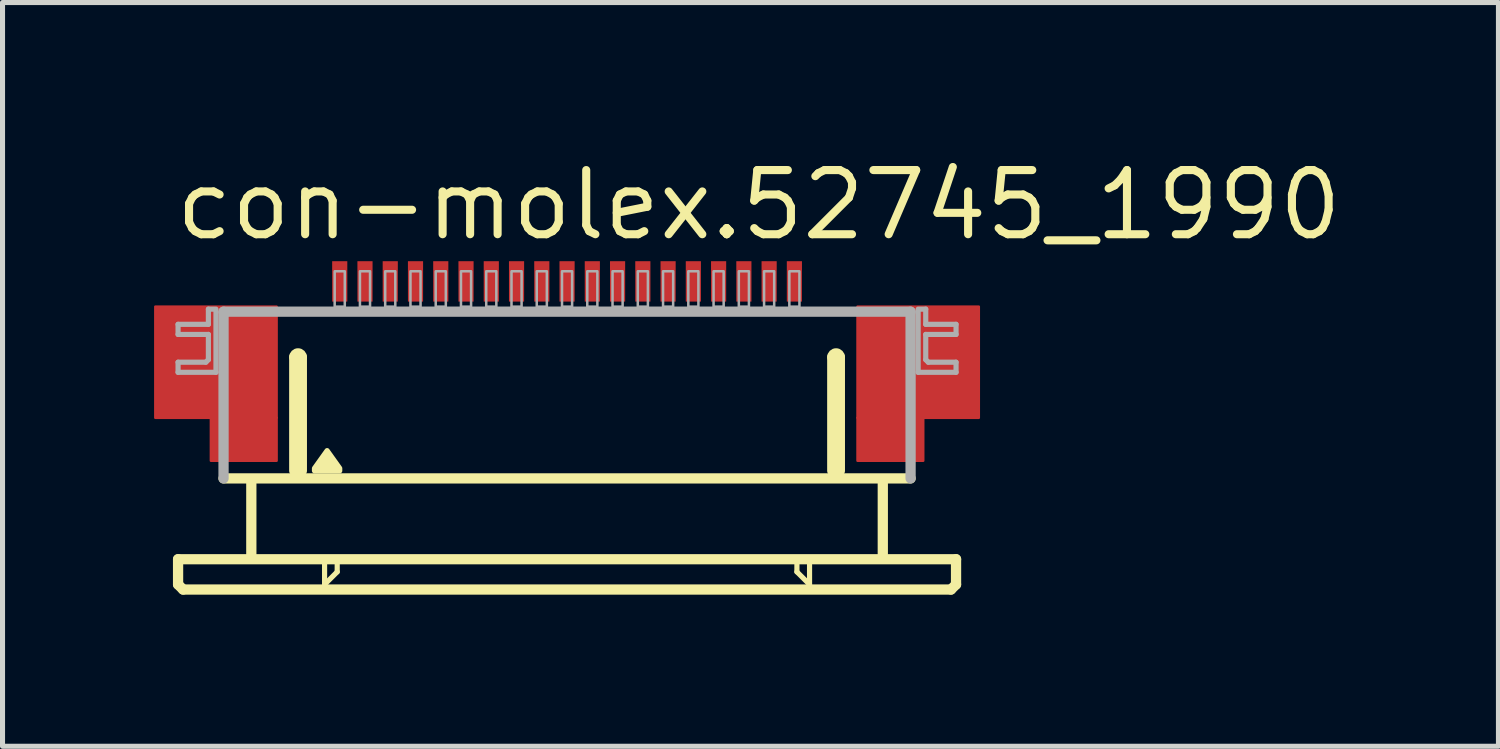
<source format=kicad_pcb>
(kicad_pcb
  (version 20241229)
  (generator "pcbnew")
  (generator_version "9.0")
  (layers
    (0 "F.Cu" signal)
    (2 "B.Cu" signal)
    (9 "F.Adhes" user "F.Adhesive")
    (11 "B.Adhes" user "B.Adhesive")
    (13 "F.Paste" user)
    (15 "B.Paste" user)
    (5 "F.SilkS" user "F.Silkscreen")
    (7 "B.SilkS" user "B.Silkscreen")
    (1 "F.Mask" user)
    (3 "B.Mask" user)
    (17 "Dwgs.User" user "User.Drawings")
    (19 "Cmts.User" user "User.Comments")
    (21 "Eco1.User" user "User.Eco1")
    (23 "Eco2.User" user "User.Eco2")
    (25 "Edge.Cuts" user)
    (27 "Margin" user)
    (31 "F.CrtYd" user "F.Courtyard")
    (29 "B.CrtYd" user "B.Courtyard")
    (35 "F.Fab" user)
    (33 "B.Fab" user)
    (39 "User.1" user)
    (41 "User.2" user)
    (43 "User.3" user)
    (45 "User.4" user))
  (footprint "con-molex.52745_1990"
    (layer "F.Cu")
    (at 8.175 5.02)
    (property "Reference" "con-molex.52745_1990" (at -7.83 -3.27 0) (layer "F.SilkS") (effects (font (size 1.27 1.27) (thickness 0.16)) (justify left bottom)))
    (attr smd)
    (fp_rect (start -8.15 0.2) (end -5.75 -2) (stroke (width 0.05) (type default)) (fill yes) (layer "F.Cu"))
    (fp_rect (start -7.05 1.05) (end -5.75 0.2) (stroke (width 0.05) (type default)) (fill yes) (layer "F.Cu"))
    (fp_rect (start 5.75 0.2) (end 8.15 -2) (stroke (width 0.05) (type default)) (fill yes) (layer "F.Cu"))
    (fp_rect (start 5.75 1.05) (end 7.05 0.2) (stroke (width 0.05) (type default)) (fill yes) (layer "F.Cu"))
    (fp_rect (start -8.15 0.2) (end -7 -2) (stroke (width 0.05) (type default)) (fill yes) (layer "F.Mask"))
    (fp_rect (start -7.05 1.05) (end -5.75 -2) (stroke (width 0.05) (type default)) (fill yes) (layer "F.Mask"))
    (fp_rect (start 5.75 1.05) (end 7.05 -2) (stroke (width 0.05) (type default)) (fill yes) (layer "F.Mask"))
    (fp_rect (start 7 0.2) (end 8.15 -2) (stroke (width 0.05) (type default)) (fill yes) (layer "F.Mask"))
    (fp_line (start -7.7 3) (end -7.7 3.5) (stroke (width 0.203) (type default)) (layer "F.SilkS"))
    (fp_line (start -7.7 3.5) (end -7.6 3.6) (stroke (width 0.203) (type default)) (layer "F.SilkS"))
    (fp_line (start -7.6 3.6) (end 7.6 3.6) (stroke (width 0.203) (type default)) (layer "F.SilkS"))
    (fp_line (start -6.25 1.5) (end -6.25 2.9) (stroke (width 0.203) (type default)) (layer "F.SilkS"))
    (fp_line (start -5.4 1.25) (end -5.4 -1) (stroke (width 0.203) (type default)) (layer "F.SilkS"))
    (fp_line (start -5.25 -1) (end -5.25 1.25) (stroke (width 0.203) (type default)) (layer "F.SilkS"))
    (fp_line (start -4.8 3.1) (end -4.8 3.5) (stroke (width 0.102) (type default)) (layer "F.SilkS"))
    (fp_line (start -4.8 3.5) (end -4.55 3.25) (stroke (width 0.102) (type default)) (layer "F.SilkS"))
    (fp_line (start -4.55 3.25) (end -4.55 3.1) (stroke (width 0.102) (type default)) (layer "F.SilkS"))
    (fp_line (start 4.55 3.1) (end 4.55 3.25) (stroke (width 0.102) (type default)) (layer "F.SilkS"))
    (fp_line (start 4.55 3.25) (end 4.8 3.5) (stroke (width 0.102) (type default)) (layer "F.SilkS"))
    (fp_line (start 4.8 3.5) (end 4.8 3.1) (stroke (width 0.102) (type default)) (layer "F.SilkS"))
    (fp_line (start 5.25 1.25) (end 5.25 -1) (stroke (width 0.203) (type default)) (layer "F.SilkS"))
    (fp_line (start 5.4 -1) (end 5.4 1.25) (stroke (width 0.203) (type default)) (layer "F.SilkS"))
    (fp_line (start 6.25 1.5) (end 6.25 2.9) (stroke (width 0.203) (type default)) (layer "F.SilkS"))
    (fp_line (start 6.8 1.4) (end -6.8 1.4) (stroke (width 0.203) (type default)) (layer "F.SilkS"))
    (fp_line (start 7.6 3.6) (end 7.7 3.5) (stroke (width 0.203) (type default)) (layer "F.SilkS"))
    (fp_line (start 7.7 3) (end -7.7 3) (stroke (width 0.203) (type default)) (layer "F.SilkS"))
    (fp_line (start 7.7 3.5) (end 7.7 3) (stroke (width 0.203) (type default)) (layer "F.SilkS"))
    (fp_arc (start -5.4 -1) (mid -5.325 -1.075) (end -5.25 -1) (stroke (width 0.2032) (type default)) (layer "F.SilkS"))
    (fp_arc (start 5.25 -1) (mid 5.325 -1.075) (end 5.4 -1) (stroke (width 0.2032) (type default)) (layer "F.SilkS"))
    (fp_poly (pts (xy -5 1.25) (xy -5 1.2) (xy -4.75 0.85) (xy -4.5 1.2) (xy -4.5 1.25)) (stroke (width 0.102) (type default)) (fill yes) (layer "F.SilkS"))
    (fp_rect (start -7.95 0.05) (end -5.95 -1.85) (stroke (width 0.05) (type default)) (fill yes) (layer "F.Paste"))
    (fp_rect (start 5.95 0.05) (end 7.95 -1.85) (stroke (width 0.05) (type default)) (fill yes) (layer "F.Paste"))
    (fp_line (start -7.7 -1.65) (end -7.7 -1.45) (stroke (width 0.102) (type default)) (layer "F.Fab"))
    (fp_line (start -7.7 -1.45) (end -7.1 -1.45) (stroke (width 0.102) (type default)) (layer "F.Fab"))
    (fp_line (start -7.7 -0.9) (end -7.7 -0.7) (stroke (width 0.102) (type default)) (layer "F.Fab"))
    (fp_line (start -7.7 -0.7) (end -6.95 -0.7) (stroke (width 0.102) (type default)) (layer "F.Fab"))
    (fp_line (start -7.15 -0.9) (end -7.7 -0.9) (stroke (width 0.102) (type default)) (layer "F.Fab"))
    (fp_line (start -7.1 -1.95) (end -7.1 -1.65) (stroke (width 0.102) (type default)) (layer "F.Fab"))
    (fp_line (start -7.1 -1.65) (end -7.7 -1.65) (stroke (width 0.102) (type default)) (layer "F.Fab"))
    (fp_line (start -7.1 -1.45) (end -7.1 -0.95) (stroke (width 0.102) (type default)) (layer "F.Fab"))
    (fp_line (start -7.1 -0.95) (end -7.15 -0.9) (stroke (width 0.102) (type default)) (layer "F.Fab"))
    (fp_line (start -6.95 -1.95) (end -7.1 -1.95) (stroke (width 0.102) (type default)) (layer "F.Fab"))
    (fp_line (start -6.95 -0.7) (end -6.95 -1.9) (stroke (width 0.102) (type default)) (layer "F.Fab"))
    (fp_line (start -6.8 -1.9) (end 6.8 -1.9) (stroke (width 0.203) (type default)) (layer "F.Fab"))
    (fp_line (start -6.8 1.4) (end -6.8 -1.9) (stroke (width 0.203) (type default)) (layer "F.Fab"))
    (fp_line (start 6.8 -1.9) (end 6.8 1.4) (stroke (width 0.203) (type default)) (layer "F.Fab"))
    (fp_line (start 6.95 -1.95) (end 7.1 -1.95) (stroke (width 0.102) (type default)) (layer "F.Fab"))
    (fp_line (start 6.95 -0.7) (end 6.95 -1.9) (stroke (width 0.102) (type default)) (layer "F.Fab"))
    (fp_line (start 7.1 -1.95) (end 7.1 -1.65) (stroke (width 0.102) (type default)) (layer "F.Fab"))
    (fp_line (start 7.1 -1.65) (end 7.7 -1.65) (stroke (width 0.102) (type default)) (layer "F.Fab"))
    (fp_line (start 7.1 -1.45) (end 7.1 -0.95) (stroke (width 0.102) (type default)) (layer "F.Fab"))
    (fp_line (start 7.1 -0.95) (end 7.15 -0.9) (stroke (width 0.102) (type default)) (layer "F.Fab"))
    (fp_line (start 7.15 -0.9) (end 7.7 -0.9) (stroke (width 0.102) (type default)) (layer "F.Fab"))
    (fp_line (start 7.7 -1.65) (end 7.7 -1.45) (stroke (width 0.102) (type default)) (layer "F.Fab"))
    (fp_line (start 7.7 -1.45) (end 7.1 -1.45) (stroke (width 0.102) (type default)) (layer "F.Fab"))
    (fp_line (start 7.7 -0.9) (end 7.7 -0.7) (stroke (width 0.102) (type default)) (layer "F.Fab"))
    (fp_line (start 7.7 -0.7) (end 6.95 -0.7) (stroke (width 0.102) (type default)) (layer "F.Fab"))
    (fp_rect (start -4.6 -2) (end -4.4 -2.7) (stroke (width 0.05) (type default)) (fill no) (layer "F.Fab"))
    (fp_rect (start -4.1 -2) (end -3.9 -2.7) (stroke (width 0.05) (type default)) (fill no) (layer "F.Fab"))
    (fp_rect (start -3.6 -2) (end -3.4 -2.7) (stroke (width 0.05) (type default)) (fill no) (layer "F.Fab"))
    (fp_rect (start -3.1 -2) (end -2.9 -2.7) (stroke (width 0.05) (type default)) (fill no) (layer "F.Fab"))
    (fp_rect (start -2.6 -2) (end -2.4 -2.7) (stroke (width 0.05) (type default)) (fill no) (layer "F.Fab"))
    (fp_rect (start -2.1 -2) (end -1.9 -2.7) (stroke (width 0.05) (type default)) (fill no) (layer "F.Fab"))
    (fp_rect (start -1.6 -2) (end -1.4 -2.7) (stroke (width 0.05) (type default)) (fill no) (layer "F.Fab"))
    (fp_rect (start -1.1 -2) (end -0.9 -2.7) (stroke (width 0.05) (type default)) (fill no) (layer "F.Fab"))
    (fp_rect (start -0.6 -2) (end -0.4 -2.7) (stroke (width 0.05) (type default)) (fill no) (layer "F.Fab"))
    (fp_rect (start -0.1 -2) (end 0.1 -2.7) (stroke (width 0.05) (type default)) (fill no) (layer "F.Fab"))
    (fp_rect (start 0.4 -2) (end 0.6 -2.7) (stroke (width 0.05) (type default)) (fill no) (layer "F.Fab"))
    (fp_rect (start 0.9 -2) (end 1.1 -2.7) (stroke (width 0.05) (type default)) (fill no) (layer "F.Fab"))
    (fp_rect (start 1.4 -2) (end 1.6 -2.7) (stroke (width 0.05) (type default)) (fill no) (layer "F.Fab"))
    (fp_rect (start 1.9 -2) (end 2.1 -2.7) (stroke (width 0.05) (type default)) (fill no) (layer "F.Fab"))
    (fp_rect (start 2.4 -2) (end 2.6 -2.7) (stroke (width 0.05) (type default)) (fill no) (layer "F.Fab"))
    (fp_rect (start 2.9 -2) (end 3.1 -2.7) (stroke (width 0.05) (type default)) (fill no) (layer "F.Fab"))
    (fp_rect (start 3.4 -2) (end 3.6 -2.7) (stroke (width 0.05) (type default)) (fill no) (layer "F.Fab"))
    (fp_rect (start 3.9 -2) (end 4.1 -2.7) (stroke (width 0.05) (type default)) (fill no) (layer "F.Fab"))
    (fp_rect (start 4.4 -2) (end 4.6 -2.7) (stroke (width 0.05) (type default)) (fill no) (layer "F.Fab"))
    (pad "1" smd roundrect (at -4.5 -2.5) (size 0.3 0.8) (layers "F.Cu" "F.Mask" "F.Paste") (roundrect_rratio 0.01))
    (pad "2" smd roundrect (at -4 -2.5) (size 0.3 0.8) (layers "F.Cu" "F.Mask" "F.Paste") (roundrect_rratio 0.01))
    (pad "3" smd roundrect (at -3.5 -2.5) (size 0.3 0.8) (layers "F.Cu" "F.Mask" "F.Paste") (roundrect_rratio 0.01))
    (pad "4" smd roundrect (at -3 -2.5) (size 0.3 0.8) (layers "F.Cu" "F.Mask" "F.Paste") (roundrect_rratio 0.01))
    (pad "5" smd roundrect (at -2.5 -2.5) (size 0.3 0.8) (layers "F.Cu" "F.Mask" "F.Paste") (roundrect_rratio 0.01))
    (pad "6" smd roundrect (at -2 -2.5) (size 0.3 0.8) (layers "F.Cu" "F.Mask" "F.Paste") (roundrect_rratio 0.01))
    (pad "7" smd roundrect (at -1.5 -2.5) (size 0.3 0.8) (layers "F.Cu" "F.Mask" "F.Paste") (roundrect_rratio 0.01))
    (pad "8" smd roundrect (at -1 -2.5) (size 0.3 0.8) (layers "F.Cu" "F.Mask" "F.Paste") (roundrect_rratio 0.01))
    (pad "9" smd roundrect (at -0.5 -2.5) (size 0.3 0.8) (layers "F.Cu" "F.Mask" "F.Paste") (roundrect_rratio 0.01))
    (pad "10" smd roundrect (at 0 -2.5) (size 0.3 0.8) (layers "F.Cu" "F.Mask" "F.Paste") (roundrect_rratio 0.01))
    (pad "11" smd roundrect (at 0.5 -2.5) (size 0.3 0.8) (layers "F.Cu" "F.Mask" "F.Paste") (roundrect_rratio 0.01))
    (pad "12" smd roundrect (at 1 -2.5) (size 0.3 0.8) (layers "F.Cu" "F.Mask" "F.Paste") (roundrect_rratio 0.01))
    (pad "13" smd roundrect (at 1.5 -2.5) (size 0.3 0.8) (layers "F.Cu" "F.Mask" "F.Paste") (roundrect_rratio 0.01))
    (pad "14" smd roundrect (at 2 -2.5) (size 0.3 0.8) (layers "F.Cu" "F.Mask" "F.Paste") (roundrect_rratio 0.01))
    (pad "15" smd roundrect (at 2.5 -2.5) (size 0.3 0.8) (layers "F.Cu" "F.Mask" "F.Paste") (roundrect_rratio 0.01))
    (pad "16" smd roundrect (at 3 -2.5) (size 0.3 0.8) (layers "F.Cu" "F.Mask" "F.Paste") (roundrect_rratio 0.01))
    (pad "17" smd roundrect (at 3.5 -2.5) (size 0.3 0.8) (layers "F.Cu" "F.Mask" "F.Paste") (roundrect_rratio 0.01))
    (pad "18" smd roundrect (at 4 -2.5) (size 0.3 0.8) (layers "F.Cu" "F.Mask" "F.Paste") (roundrect_rratio 0.01))
    (pad "19" smd roundrect (at 4.5 -2.5) (size 0.3 0.8) (layers "F.Cu" "F.Mask" "F.Paste") (roundrect_rratio 0.01)))
  (gr_rect
    (start -3 -3)
    (end 26.612 11.722)
    (stroke (width 0.1) (type default))
    (fill no)
    (layer "Edge.Cuts")))
</source>
